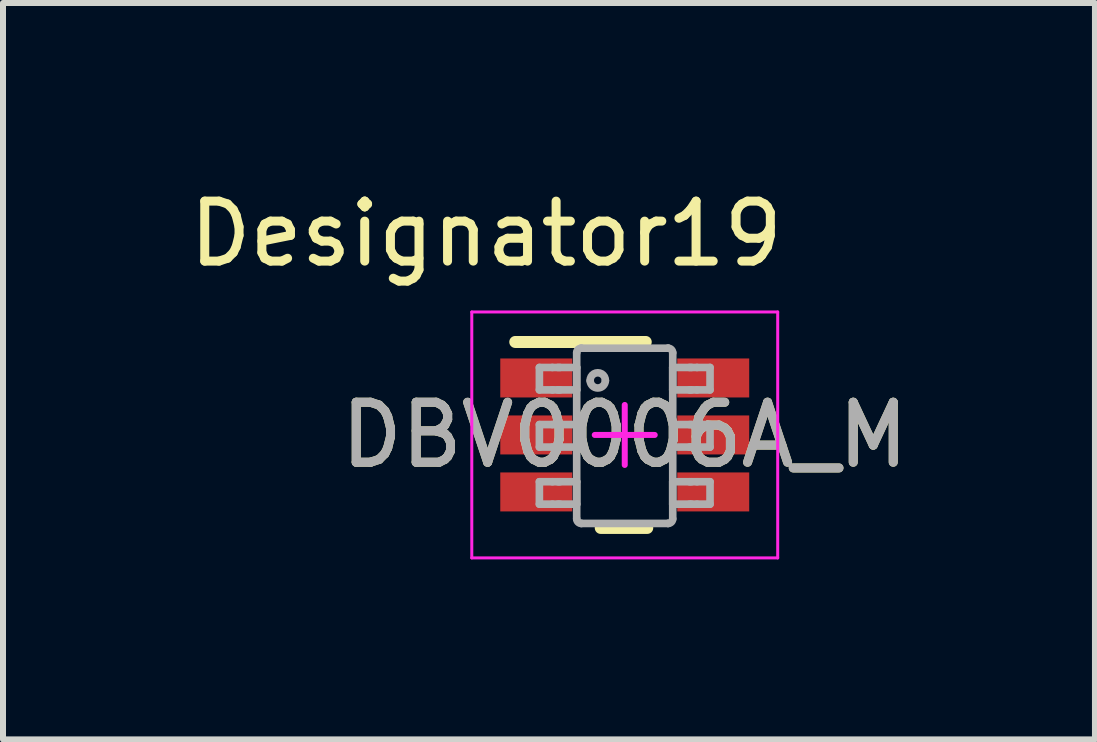
<source format=kicad_pcb>
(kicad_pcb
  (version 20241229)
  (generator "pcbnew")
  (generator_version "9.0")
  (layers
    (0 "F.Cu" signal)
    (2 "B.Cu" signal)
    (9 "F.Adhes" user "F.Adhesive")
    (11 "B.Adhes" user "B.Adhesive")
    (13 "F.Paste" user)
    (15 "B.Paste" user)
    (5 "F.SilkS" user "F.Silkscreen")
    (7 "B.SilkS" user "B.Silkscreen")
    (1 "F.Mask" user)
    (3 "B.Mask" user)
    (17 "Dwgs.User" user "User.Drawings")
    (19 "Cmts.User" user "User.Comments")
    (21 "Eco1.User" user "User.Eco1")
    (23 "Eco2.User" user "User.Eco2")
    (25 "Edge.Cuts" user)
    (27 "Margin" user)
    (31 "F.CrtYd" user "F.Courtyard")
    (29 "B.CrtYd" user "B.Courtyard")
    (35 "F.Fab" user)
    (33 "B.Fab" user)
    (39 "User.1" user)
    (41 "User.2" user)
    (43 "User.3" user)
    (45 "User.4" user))
  (footprint "DBV0006A_M"
    (layer "F.Cu")
    (at 7.365 4.201)
    (property "Reference" "DBV0006A_M" (at 0 0 0) (unlocked yes) (layer "F.SilkS") (effects (font (size 1 1) (thickness 0.15))))
    (attr smd)
    (fp_line (start -1.825 -1.55) (end 0.35 -1.55) (stroke (width 0.2) (type solid)) (layer "F.SilkS"))
    (fp_line (start -0.4 1.55) (end 0.375 1.55) (stroke (width 0.2) (type solid)) (layer "F.SilkS"))
    (fp_line (start -2.55 -2.05) (end 2.55 -2.05) (stroke (width 0.05) (type solid)) (layer "F.CrtYd"))
    (fp_line (start -2.55 2.05) (end -2.55 -2.05) (stroke (width 0.05) (type solid)) (layer "F.CrtYd"))
    (fp_line (start -2.55 2.05) (end 2.55 2.05) (stroke (width 0.05) (type solid)) (layer "F.CrtYd"))
    (fp_line (start -0.5 0) (end 0.5 0) (stroke (width 0.1) (type solid)) (layer "F.CrtYd"))
    (fp_line (start 0 0.5) (end 0 -0.5) (stroke (width 0.1) (type solid)) (layer "F.CrtYd"))
    (fp_line (start 2.55 2.05) (end 2.55 -2.05) (stroke (width 0.05) (type solid)) (layer "F.CrtYd"))
    (fp_line (start -1.423 -1.125) (end -1.206 -1.125) (stroke (width 0.127) (type solid)) (layer "F.Fab"))
    (fp_line (start -1.423 -0.751) (end -1.423 -1.125) (stroke (width 0.127) (type solid)) (layer "F.Fab"))
    (fp_line (start -1.423 -0.751) (end -1.206 -0.751) (stroke (width 0.127) (type solid)) (layer "F.Fab"))
    (fp_line (start -1.423 -0.173) (end -1.206 -0.173) (stroke (width 0.127) (type solid)) (layer "F.Fab"))
    (fp_line (start -1.423 0.202) (end -1.423 -0.173) (stroke (width 0.127) (type solid)) (layer "F.Fab"))
    (fp_line (start -1.423 0.202) (end -1.206 0.202) (stroke (width 0.127) (type solid)) (layer "F.Fab"))
    (fp_line (start -1.423 0.78) (end -1.206 0.78) (stroke (width 0.127) (type solid)) (layer "F.Fab"))
    (fp_line (start -1.423 1.154) (end -1.423 0.78) (stroke (width 0.127) (type solid)) (layer "F.Fab"))
    (fp_line (start -1.423 1.154) (end -1.206 1.154) (stroke (width 0.127) (type solid)) (layer "F.Fab"))
    (fp_line (start -1.206 -1.125) (end -1.113 -1.125) (stroke (width 0.127) (type solid)) (layer "F.Fab"))
    (fp_line (start -1.206 -0.751) (end -1.113 -0.751) (stroke (width 0.127) (type solid)) (layer "F.Fab"))
    (fp_line (start -1.206 -0.173) (end -1.113 -0.173) (stroke (width 0.127) (type solid)) (layer "F.Fab"))
    (fp_line (start -1.206 0.202) (end -1.113 0.202) (stroke (width 0.127) (type solid)) (layer "F.Fab"))
    (fp_line (start -1.206 0.78) (end -1.113 0.78) (stroke (width 0.127) (type solid)) (layer "F.Fab"))
    (fp_line (start -1.206 1.154) (end -1.113 1.154) (stroke (width 0.127) (type solid)) (layer "F.Fab"))
    (fp_line (start -1.113 -1.125) (end -1.081 -1.125) (stroke (width 0.127) (type solid)) (layer "F.Fab"))
    (fp_line (start -1.113 -0.751) (end -1.081 -0.751) (stroke (width 0.127) (type solid)) (layer "F.Fab"))
    (fp_line (start -1.113 -0.173) (end -1.081 -0.173) (stroke (width 0.127) (type solid)) (layer "F.Fab"))
    (fp_line (start -1.113 0.202) (end -1.081 0.202) (stroke (width 0.127) (type solid)) (layer "F.Fab"))
    (fp_line (start -1.113 0.78) (end -1.081 0.78) (stroke (width 0.127) (type solid)) (layer "F.Fab"))
    (fp_line (start -1.113 1.154) (end -1.081 1.154) (stroke (width 0.127) (type solid)) (layer "F.Fab"))
    (fp_line (start -1.081 -1.125) (end -0.828 -1.125) (stroke (width 0.127) (type solid)) (layer "F.Fab"))
    (fp_line (start -1.081 -0.751) (end -0.828 -0.751) (stroke (width 0.127) (type solid)) (layer "F.Fab"))
    (fp_line (start -1.081 -0.173) (end -0.828 -0.173) (stroke (width 0.127) (type solid)) (layer "F.Fab"))
    (fp_line (start -1.081 0.202) (end -0.828 0.202) (stroke (width 0.127) (type solid)) (layer "F.Fab"))
    (fp_line (start -1.081 0.78) (end -0.828 0.78) (stroke (width 0.127) (type solid)) (layer "F.Fab"))
    (fp_line (start -1.081 1.154) (end -0.828 1.154) (stroke (width 0.127) (type solid)) (layer "F.Fab"))
    (fp_line (start -0.828 -1.125) (end -0.801 -1.125) (stroke (width 0.127) (type solid)) (layer "F.Fab"))
    (fp_line (start -0.828 -0.751) (end -0.801 -0.751) (stroke (width 0.127) (type solid)) (layer "F.Fab"))
    (fp_line (start -0.828 -0.173) (end -0.801 -0.173) (stroke (width 0.127) (type solid)) (layer "F.Fab"))
    (fp_line (start -0.828 0.202) (end -0.801 0.202) (stroke (width 0.127) (type solid)) (layer "F.Fab"))
    (fp_line (start -0.828 0.78) (end -0.801 0.78) (stroke (width 0.127) (type solid)) (layer "F.Fab"))
    (fp_line (start -0.828 1.154) (end -0.801 1.154) (stroke (width 0.127) (type solid)) (layer "F.Fab"))
    (fp_line (start -0.801 -0.751) (end -0.801 -1.125) (stroke (width 0.127) (type solid)) (layer "F.Fab"))
    (fp_line (start -0.801 0.202) (end -0.801 -0.173) (stroke (width 0.127) (type solid)) (layer "F.Fab"))
    (fp_line (start -0.801 1.154) (end -0.801 0.78) (stroke (width 0.127) (type solid)) (layer "F.Fab"))
    (fp_line (start -0.801 1.399) (end -0.801 -1.37) (stroke (width 0.127) (type solid)) (layer "F.Fab"))
    (fp_line (start -0.725 -1.446) (end -0.724 -1.446) (stroke (width 0.127) (type solid)) (layer "F.Fab"))
    (fp_line (start -0.725 1.475) (end -0.724 1.475) (stroke (width 0.127) (type solid)) (layer "F.Fab"))
    (fp_line (start -0.724 -1.446) (end 0.723 -1.446) (stroke (width 0.127) (type solid)) (layer "F.Fab"))
    (fp_line (start -0.724 1.475) (end 0.723 1.475) (stroke (width 0.127) (type solid)) (layer "F.Fab"))
    (fp_line (start 0.723 -1.446) (end 0.724 -1.446) (stroke (width 0.127) (type solid)) (layer "F.Fab"))
    (fp_line (start 0.723 1.475) (end 0.724 1.475) (stroke (width 0.127) (type solid)) (layer "F.Fab"))
    (fp_line (start 0.8 -1.125) (end 0.827 -1.125) (stroke (width 0.127) (type solid)) (layer "F.Fab"))
    (fp_line (start 0.8 -0.751) (end 0.8 -1.125) (stroke (width 0.127) (type solid)) (layer "F.Fab"))
    (fp_line (start 0.8 -0.751) (end 0.827 -0.751) (stroke (width 0.127) (type solid)) (layer "F.Fab"))
    (fp_line (start 0.8 -0.173) (end 0.827 -0.173) (stroke (width 0.127) (type solid)) (layer "F.Fab"))
    (fp_line (start 0.8 0.202) (end 0.8 -0.173) (stroke (width 0.127) (type solid)) (layer "F.Fab"))
    (fp_line (start 0.8 0.202) (end 0.827 0.202) (stroke (width 0.127) (type solid)) (layer "F.Fab"))
    (fp_line (start 0.8 0.78) (end 0.827 0.78) (stroke (width 0.127) (type solid)) (layer "F.Fab"))
    (fp_line (start 0.8 1.154) (end 0.8 0.78) (stroke (width 0.127) (type solid)) (layer "F.Fab"))
    (fp_line (start 0.8 1.154) (end 0.827 1.154) (stroke (width 0.127) (type solid)) (layer "F.Fab"))
    (fp_line (start 0.8 1.399) (end 0.8 -1.37) (stroke (width 0.127) (type solid)) (layer "F.Fab"))
    (fp_line (start 0.827 -1.125) (end 1.08 -1.125) (stroke (width 0.127) (type solid)) (layer "F.Fab"))
    (fp_line (start 0.827 -0.751) (end 1.08 -0.751) (stroke (width 0.127) (type solid)) (layer "F.Fab"))
    (fp_line (start 0.827 -0.173) (end 1.08 -0.173) (stroke (width 0.127) (type solid)) (layer "F.Fab"))
    (fp_line (start 0.827 0.202) (end 1.08 0.202) (stroke (width 0.127) (type solid)) (layer "F.Fab"))
    (fp_line (start 0.827 0.78) (end 1.08 0.78) (stroke (width 0.127) (type solid)) (layer "F.Fab"))
    (fp_line (start 0.827 1.154) (end 1.08 1.154) (stroke (width 0.127) (type solid)) (layer "F.Fab"))
    (fp_line (start 1.08 -1.125) (end 1.112 -1.125) (stroke (width 0.127) (type solid)) (layer "F.Fab"))
    (fp_line (start 1.08 -0.751) (end 1.112 -0.751) (stroke (width 0.127) (type solid)) (layer "F.Fab"))
    (fp_line (start 1.08 -0.173) (end 1.112 -0.173) (stroke (width 0.127) (type solid)) (layer "F.Fab"))
    (fp_line (start 1.08 0.202) (end 1.112 0.202) (stroke (width 0.127) (type solid)) (layer "F.Fab"))
    (fp_line (start 1.08 0.78) (end 1.112 0.78) (stroke (width 0.127) (type solid)) (layer "F.Fab"))
    (fp_line (start 1.08 1.154) (end 1.112 1.154) (stroke (width 0.127) (type solid)) (layer "F.Fab"))
    (fp_line (start 1.112 -1.125) (end 1.205 -1.125) (stroke (width 0.127) (type solid)) (layer "F.Fab"))
    (fp_line (start 1.112 -0.751) (end 1.205 -0.751) (stroke (width 0.127) (type solid)) (layer "F.Fab"))
    (fp_line (start 1.112 -0.173) (end 1.205 -0.173) (stroke (width 0.127) (type solid)) (layer "F.Fab"))
    (fp_line (start 1.112 0.202) (end 1.205 0.202) (stroke (width 0.127) (type solid)) (layer "F.Fab"))
    (fp_line (start 1.112 0.78) (end 1.205 0.78) (stroke (width 0.127) (type solid)) (layer "F.Fab"))
    (fp_line (start 1.112 1.154) (end 1.205 1.154) (stroke (width 0.127) (type solid)) (layer "F.Fab"))
    (fp_line (start 1.205 -1.125) (end 1.422 -1.125) (stroke (width 0.127) (type solid)) (layer "F.Fab"))
    (fp_line (start 1.205 -0.751) (end 1.422 -0.751) (stroke (width 0.127) (type solid)) (layer "F.Fab"))
    (fp_line (start 1.205 -0.173) (end 1.422 -0.173) (stroke (width 0.127) (type solid)) (layer "F.Fab"))
    (fp_line (start 1.205 0.202) (end 1.422 0.202) (stroke (width 0.127) (type solid)) (layer "F.Fab"))
    (fp_line (start 1.205 0.78) (end 1.422 0.78) (stroke (width 0.127) (type solid)) (layer "F.Fab"))
    (fp_line (start 1.205 1.154) (end 1.422 1.154) (stroke (width 0.127) (type solid)) (layer "F.Fab"))
    (fp_line (start 1.422 -0.751) (end 1.422 -1.125) (stroke (width 0.127) (type solid)) (layer "F.Fab"))
    (fp_line (start 1.422 0.202) (end 1.422 -0.173) (stroke (width 0.127) (type solid)) (layer "F.Fab"))
    (fp_line (start 1.422 1.154) (end 1.422 0.78) (stroke (width 0.127) (type solid)) (layer "F.Fab"))
    (fp_arc (start -0.800692 -1.369901) (mid -0.778512 -1.423533) (end -0.724999 -1.446) (stroke (width 0.127) (type solid)) (layer "F.Fab"))
    (fp_arc (start -0.724999 1.475002) (mid -0.778507 1.452548) (end -0.800692 1.398928) (stroke (width 0.127) (type solid)) (layer "F.Fab"))
    (fp_arc (start -0.576537 -0.906071) (mid -0.449562 -1.033046) (end -0.322588 -0.906071) (stroke (width 0.127) (type solid)) (layer "F.Fab"))
    (fp_arc (start -0.322588 -0.906071) (mid -0.449562 -0.779097) (end -0.576537 -0.906071) (stroke (width 0.127) (type solid)) (layer "F.Fab"))
    (fp_arc (start 0.723841 -1.446) (mid 0.777341 -1.423528) (end 0.799508 -1.369901) (stroke (width 0.127) (type solid)) (layer "F.Fab"))
    (fp_arc (start 0.799508 1.398928) (mid 0.777336 1.452543) (end 0.723841 1.475002) (stroke (width 0.127) (type solid)) (layer "F.Fab"))
    (fp_text user "Designator19" (at -2.311 -3.353 0) (unlocked yes) (layer "F.SilkS") (effects (font (size 1 1) (thickness 0.15))))
    (fp_text user "${REFERENCE}" (at 0 0 0) (unlocked yes) (layer "F.Fab") (effects (font (size 1 1) (thickness 0.15))))
    (pad "1" smd rect (at -1.475 -0.95 90) (size 0.65 1.2) (layers "F.Cu" "F.Mask" "F.Paste"))
    (pad "2" smd rect (at -1.475 0 90) (size 0.65 1.2) (layers "F.Cu" "F.Mask" "F.Paste"))
    (pad "3" smd rect (at -1.475 0.95 90) (size 0.65 1.2) (layers "F.Cu" "F.Mask" "F.Paste"))
    (pad "4" smd rect (at 1.475 0.95 90) (size 0.65 1.2) (layers "F.Cu" "F.Mask" "F.Paste"))
    (pad "5" smd rect (at 1.475 0 90) (size 0.65 1.2) (layers "F.Cu" "F.Mask" "F.Paste"))
    (pad "6" smd rect (at 1.475 -0.95 90) (size 0.65 1.2) (layers "F.Cu" "F.Mask" "F.Paste")))
  (gr_rect
    (start -3 -3)
    (end 15.204 9.276)
    (stroke (width 0.1) (type default))
    (fill no)
    (layer "Edge.Cuts")))
</source>
